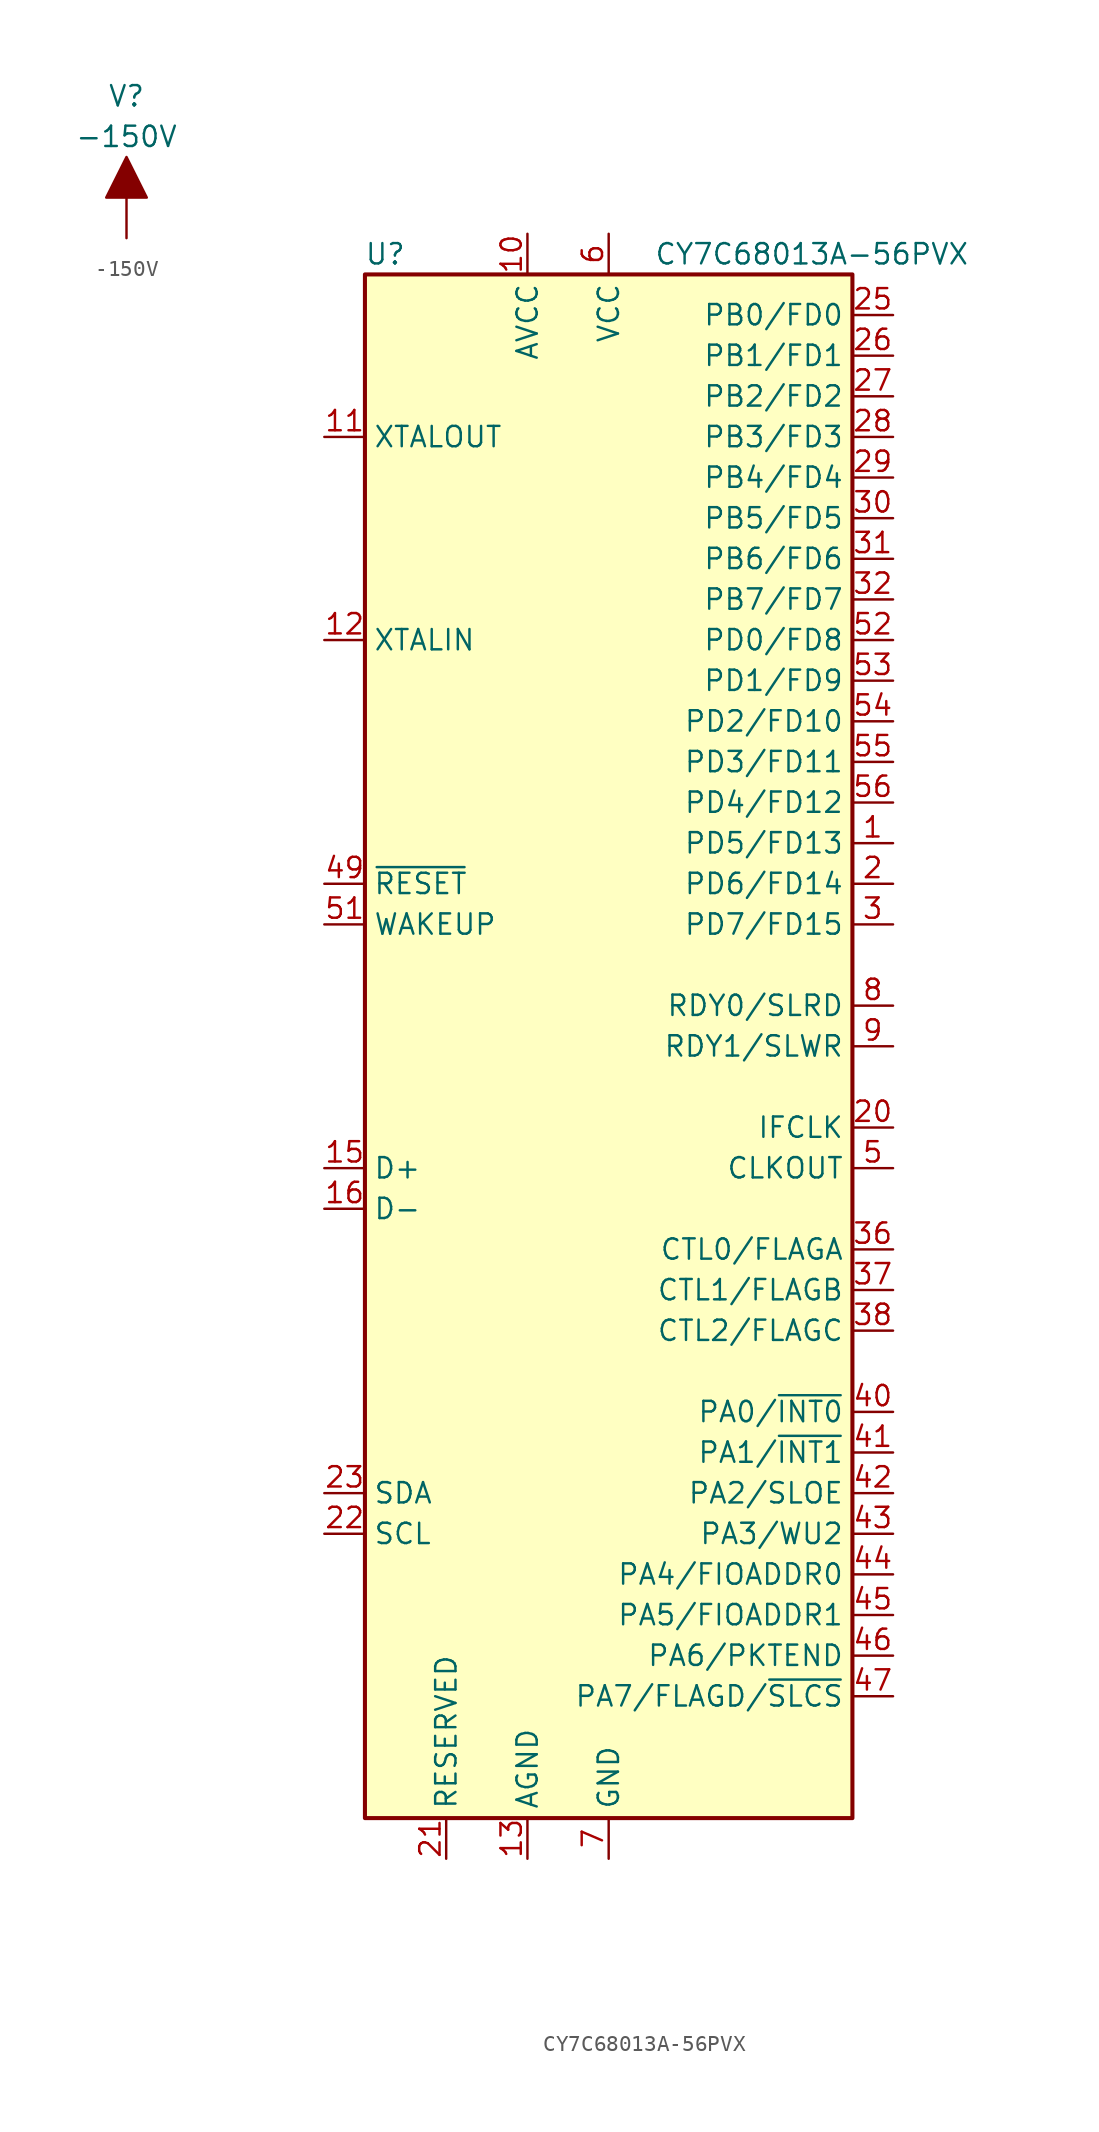
<source format=kicad_sym>
(kicad_symbol_lib
  (version 20211014)
  (generator kicad_symbol_editor)
  (symbol "-150V"
    (power)
    (property "Reference" "V"
      (at 0 2.54 0)
      (effects (font (size 1.27 1.27))))
    (property "Value" "-150V"
      (at 0 0 0)
      (effects (font (size 1.27 1.27))))
    (symbol "-150V_0_1"
      (polyline (pts (xy 0 -3.81) (xy 0 -6.35)) (stroke (width 0) (type default) (color 0 0 0 0)) (fill (type none)))
      (polyline (pts (xy 1.27 -3.81) (xy -1.27 -3.81) (xy 0 -1.27) (xy 1.27 -3.81)) (stroke (width 0) (type default) (color 0 0 0 0)) (fill (type outline)))))
  (symbol "CY7C68013A-56PVX"
    (property "Reference" "U"
      (at -13.97 49.53 0)
      (effects (font (size 1.27 1.27))))
    (property "Value" "CY7C68013A-56PVX"
      (at 12.7 49.53 0)
      (effects (font (size 1.27 1.27))))
    (symbol "CY7C68013A-56PVX_0_1"
      (rectangle (start 15.24 -48.26) (end -15.24 48.26) (stroke (width 0.254) (type default) (color 0 0 0 0)) (fill (type background))))
    (symbol "CY7C68013A-56PVX_1_1"
      (pin bidirectional line (at 17.78 12.7 180) (length 2.54) (name "PD5/FD13" (effects (font (size 1.27 1.27)))) (number "1" (effects (font (size 1.27 1.27)))))
      (pin power_in line (at -5.08 50.8 270) (length 2.54) (name "AVCC" (effects (font (size 1.27 1.27)))) (number "10" (effects (font (size 1.27 1.27)))))
      (pin output line (at -17.78 38.1 0) (length 2.54) (name "XTALOUT" (effects (font (size 1.27 1.27)))) (number "11" (effects (font (size 1.27 1.27)))))
      (pin input line (at -17.78 25.4 0) (length 2.54) (name "XTALIN" (effects (font (size 1.27 1.27)))) (number "12" (effects (font (size 1.27 1.27)))))
      (pin power_in line (at -5.08 -50.8 90) (length 2.54) (name "AGND" (effects (font (size 1.27 1.27)))) (number "13" (effects (font (size 1.27 1.27)))))
      (pin passive line (at -5.08 50.8 270) (length 2.54) hide (name "AVCC" (effects (font (size 1.27 1.27)))) (number "14" (effects (font (size 1.27 1.27)))))
      (pin bidirectional line (at -17.78 -7.62 0) (length 2.54) (name "D+" (effects (font (size 1.27 1.27)))) (number "15" (effects (font (size 1.27 1.27)))))
      (pin bidirectional line (at -17.78 -10.16 0) (length 2.54) (name "D-" (effects (font (size 1.27 1.27)))) (number "16" (effects (font (size 1.27 1.27)))))
      (pin passive line (at -5.08 -50.8 90) (length 2.54) hide (name "AGND" (effects (font (size 1.27 1.27)))) (number "17" (effects (font (size 1.27 1.27)))))
      (pin passive line (at 0 50.8 270) (length 2.54) hide (name "VCC" (effects (font (size 1.27 1.27)))) (number "18" (effects (font (size 1.27 1.27)))))
      (pin passive line (at 0 -50.8 90) (length 2.54) hide (name "GND" (effects (font (size 1.27 1.27)))) (number "19" (effects (font (size 1.27 1.27)))))
      (pin bidirectional line (at 17.78 10.16 180) (length 2.54) (name "PD6/FD14" (effects (font (size 1.27 1.27)))) (number "2" (effects (font (size 1.27 1.27)))))
      (pin bidirectional line (at 17.78 -5.08 180) (length 2.54) (name "IFCLK" (effects (font (size 1.27 1.27)))) (number "20" (effects (font (size 1.27 1.27)))))
      (pin input line (at -10.16 -50.8 90) (length 2.54) (name "RESERVED" (effects (font (size 1.27 1.27)))) (number "21" (effects (font (size 1.27 1.27)))))
      (pin input line (at -17.78 -30.48 0) (length 2.54) (name "SCL" (effects (font (size 1.27 1.27)))) (number "22" (effects (font (size 1.27 1.27)))))
      (pin bidirectional line (at -17.78 -27.94 0) (length 2.54) (name "SDA" (effects (font (size 1.27 1.27)))) (number "23" (effects (font (size 1.27 1.27)))))
      (pin passive line (at 0 50.8 270) (length 2.54) hide (name "VCC" (effects (font (size 1.27 1.27)))) (number "24" (effects (font (size 1.27 1.27)))))
      (pin bidirectional line (at 17.78 45.72 180) (length 2.54) (name "PB0/FD0" (effects (font (size 1.27 1.27)))) (number "25" (effects (font (size 1.27 1.27)))))
      (pin bidirectional line (at 17.78 43.18 180) (length 2.54) (name "PB1/FD1" (effects (font (size 1.27 1.27)))) (number "26" (effects (font (size 1.27 1.27)))))
      (pin bidirectional line (at 17.78 40.64 180) (length 2.54) (name "PB2/FD2" (effects (font (size 1.27 1.27)))) (number "27" (effects (font (size 1.27 1.27)))))
      (pin bidirectional line (at 17.78 38.1 180) (length 2.54) (name "PB3/FD3" (effects (font (size 1.27 1.27)))) (number "28" (effects (font (size 1.27 1.27)))))
      (pin bidirectional line (at 17.78 35.56 180) (length 2.54) (name "PB4/FD4" (effects (font (size 1.27 1.27)))) (number "29" (effects (font (size 1.27 1.27)))))
      (pin bidirectional line (at 17.78 7.62 180) (length 2.54) (name "PD7/FD15" (effects (font (size 1.27 1.27)))) (number "3" (effects (font (size 1.27 1.27)))))
      (pin bidirectional line (at 17.78 33.02 180) (length 2.54) (name "PB5/FD5" (effects (font (size 1.27 1.27)))) (number "30" (effects (font (size 1.27 1.27)))))
      (pin bidirectional line (at 17.78 30.48 180) (length 2.54) (name "PB6/FD6" (effects (font (size 1.27 1.27)))) (number "31" (effects (font (size 1.27 1.27)))))
      (pin bidirectional line (at 17.78 27.94 180) (length 2.54) (name "PB7/FD7" (effects (font (size 1.27 1.27)))) (number "32" (effects (font (size 1.27 1.27)))))
      (pin passive line (at 0 -50.8 90) (length 2.54) hide (name "GND" (effects (font (size 1.27 1.27)))) (number "33" (effects (font (size 1.27 1.27)))))
      (pin passive line (at 0 50.8 270) (length 2.54) hide (name "VCC" (effects (font (size 1.27 1.27)))) (number "34" (effects (font (size 1.27 1.27)))))
      (pin passive line (at 0 -50.8 90) (length 2.54) hide (name "GND" (effects (font (size 1.27 1.27)))) (number "35" (effects (font (size 1.27 1.27)))))
      (pin output line (at 17.78 -12.7 180) (length 2.54) (name "CTL0/FLAGA" (effects (font (size 1.27 1.27)))) (number "36" (effects (font (size 1.27 1.27)))))
      (pin output line (at 17.78 -15.24 180) (length 2.54) (name "CTL1/FLAGB" (effects (font (size 1.27 1.27)))) (number "37" (effects (font (size 1.27 1.27)))))
      (pin output line (at 17.78 -17.78 180) (length 2.54) (name "CTL2/FLAGC" (effects (font (size 1.27 1.27)))) (number "38" (effects (font (size 1.27 1.27)))))
      (pin passive line (at 0 50.8 270) (length 2.54) hide (name "VCC" (effects (font (size 1.27 1.27)))) (number "39" (effects (font (size 1.27 1.27)))))
      (pin passive line (at 0 -50.8 90) (length 2.54) hide (name "GND" (effects (font (size 1.27 1.27)))) (number "4" (effects (font (size 1.27 1.27)))))
      (pin bidirectional line (at 17.78 -22.86 180) (length 2.54) (name "PA0/~{INT0}" (effects (font (size 1.27 1.27)))) (number "40" (effects (font (size 1.27 1.27)))))
      (pin bidirectional line (at 17.78 -25.4 180) (length 2.54) (name "PA1/~{INT1}" (effects (font (size 1.27 1.27)))) (number "41" (effects (font (size 1.27 1.27)))))
      (pin bidirectional line (at 17.78 -27.94 180) (length 2.54) (name "PA2/SLOE" (effects (font (size 1.27 1.27)))) (number "42" (effects (font (size 1.27 1.27)))))
      (pin bidirectional line (at 17.78 -30.48 180) (length 2.54) (name "PA3/WU2" (effects (font (size 1.27 1.27)))) (number "43" (effects (font (size 1.27 1.27)))))
      (pin bidirectional line (at 17.78 -33.02 180) (length 2.54) (name "PA4/FIOADDR0" (effects (font (size 1.27 1.27)))) (number "44" (effects (font (size 1.27 1.27)))))
      (pin bidirectional line (at 17.78 -35.56 180) (length 2.54) (name "PA5/FIOADDR1" (effects (font (size 1.27 1.27)))) (number "45" (effects (font (size 1.27 1.27)))))
      (pin bidirectional line (at 17.78 -38.1 180) (length 2.54) (name "PA6/PKTEND" (effects (font (size 1.27 1.27)))) (number "46" (effects (font (size 1.27 1.27)))))
      (pin bidirectional line (at 17.78 -40.64 180) (length 2.54) (name "PA7/FLAGD/~{SLCS}" (effects (font (size 1.27 1.27)))) (number "47" (effects (font (size 1.27 1.27)))))
      (pin passive line (at 0 -50.8 90) (length 2.54) hide (name "GND" (effects (font (size 1.27 1.27)))) (number "48" (effects (font (size 1.27 1.27)))))
      (pin input line (at -17.78 10.16 0) (length 2.54) (name "~{RESET}" (effects (font (size 1.27 1.27)))) (number "49" (effects (font (size 1.27 1.27)))))
      (pin output line (at 17.78 -7.62 180) (length 2.54) (name "CLKOUT" (effects (font (size 1.27 1.27)))) (number "5" (effects (font (size 1.27 1.27)))))
      (pin passive line (at 0 50.8 270) (length 2.54) hide (name "VCC" (effects (font (size 1.27 1.27)))) (number "50" (effects (font (size 1.27 1.27)))))
      (pin input line (at -17.78 7.62 0) (length 2.54) (name "WAKEUP" (effects (font (size 1.27 1.27)))) (number "51" (effects (font (size 1.27 1.27)))))
      (pin bidirectional line (at 17.78 25.4 180) (length 2.54) (name "PD0/FD8" (effects (font (size 1.27 1.27)))) (number "52" (effects (font (size 1.27 1.27)))))
      (pin bidirectional line (at 17.78 22.86 180) (length 2.54) (name "PD1/FD9" (effects (font (size 1.27 1.27)))) (number "53" (effects (font (size 1.27 1.27)))))
      (pin bidirectional line (at 17.78 20.32 180) (length 2.54) (name "PD2/FD10" (effects (font (size 1.27 1.27)))) (number "54" (effects (font (size 1.27 1.27)))))
      (pin bidirectional line (at 17.78 17.78 180) (length 2.54) (name "PD3/FD11" (effects (font (size 1.27 1.27)))) (number "55" (effects (font (size 1.27 1.27)))))
      (pin bidirectional line (at 17.78 15.24 180) (length 2.54) (name "PD4/FD12" (effects (font (size 1.27 1.27)))) (number "56" (effects (font (size 1.27 1.27)))))
      (pin power_in line (at 0 50.8 270) (length 2.54) (name "VCC" (effects (font (size 1.27 1.27)))) (number "6" (effects (font (size 1.27 1.27)))))
      (pin power_in line (at 0 -50.8 90) (length 2.54) (name "GND" (effects (font (size 1.27 1.27)))) (number "7" (effects (font (size 1.27 1.27)))))
      (pin input line (at 17.78 2.54 180) (length 2.54) (name "RDY0/SLRD" (effects (font (size 1.27 1.27)))) (number "8" (effects (font (size 1.27 1.27)))))
      (pin input line (at 17.78 0 180) (length 2.54) (name "RDY1/SLWR" (effects (font (size 1.27 1.27)))) (number "9" (effects (font (size 1.27 1.27))))))))
</source>
